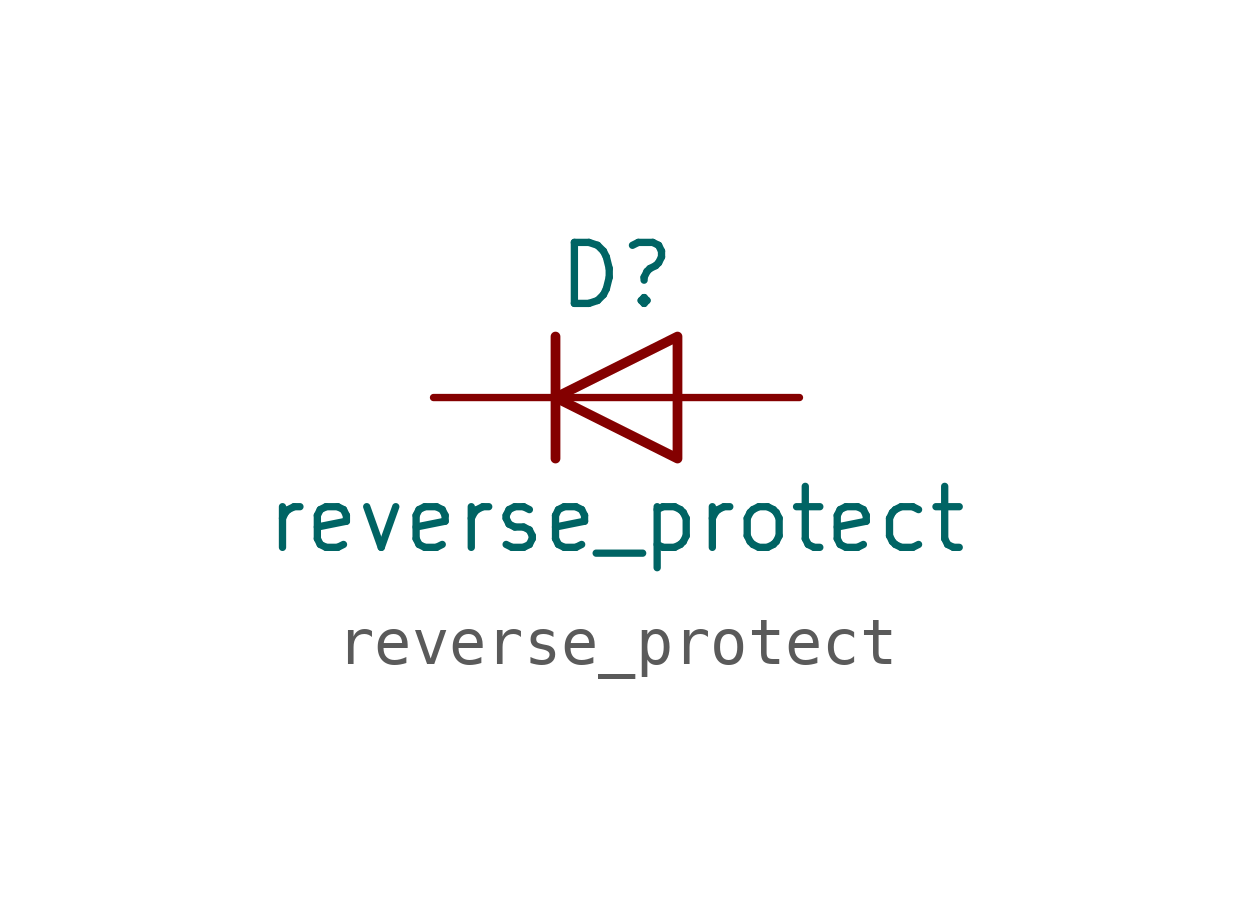
<source format=kicad_sym>
(kicad_symbol_lib
  (version 20231120)
  (generator "kicad_symbol_editor")
  (generator_version "8.0")
  (symbol "reverse_protect"
    (pin_numbers hide)
    (pin_names
      (offset 1.016) hide)
    (property "Reference" "D"
      (at 0 2.54 0)
      (effects (font (size 1.27 1.27))))
    (property "Value" "reverse_protect"
      (at 0 -2.54 0)
      (effects (font (size 1.27 1.27))))
    (symbol "reverse_protect_0_1"
      (polyline (pts (xy -1.27 1.27) (xy -1.27 -1.27)) (stroke (width 0.203) (type solid)) (fill (type none)))
      (polyline (pts (xy 1.27 0) (xy -1.27 0)) (stroke (width 0) (type solid)) (fill (type none)))
      (polyline (pts (xy 1.27 1.27) (xy 1.27 -1.27) (xy -1.27 0) (xy 1.27 1.27)) (stroke (width 0.203) (type solid)) (fill (type none))))
    (symbol "reverse_protect_1_1"
      (pin power_out line (at -3.81 0 0) (length 2.54) (name "K" (effects (font (size 1.27 1.27)))) (number "1" (effects (font (size 1.27 1.27)))))
      (pin power_in line (at 3.81 0 180) (length 2.54) (name "A" (effects (font (size 1.27 1.27)))) (number "2" (effects (font (size 1.27 1.27))))))))
</source>
